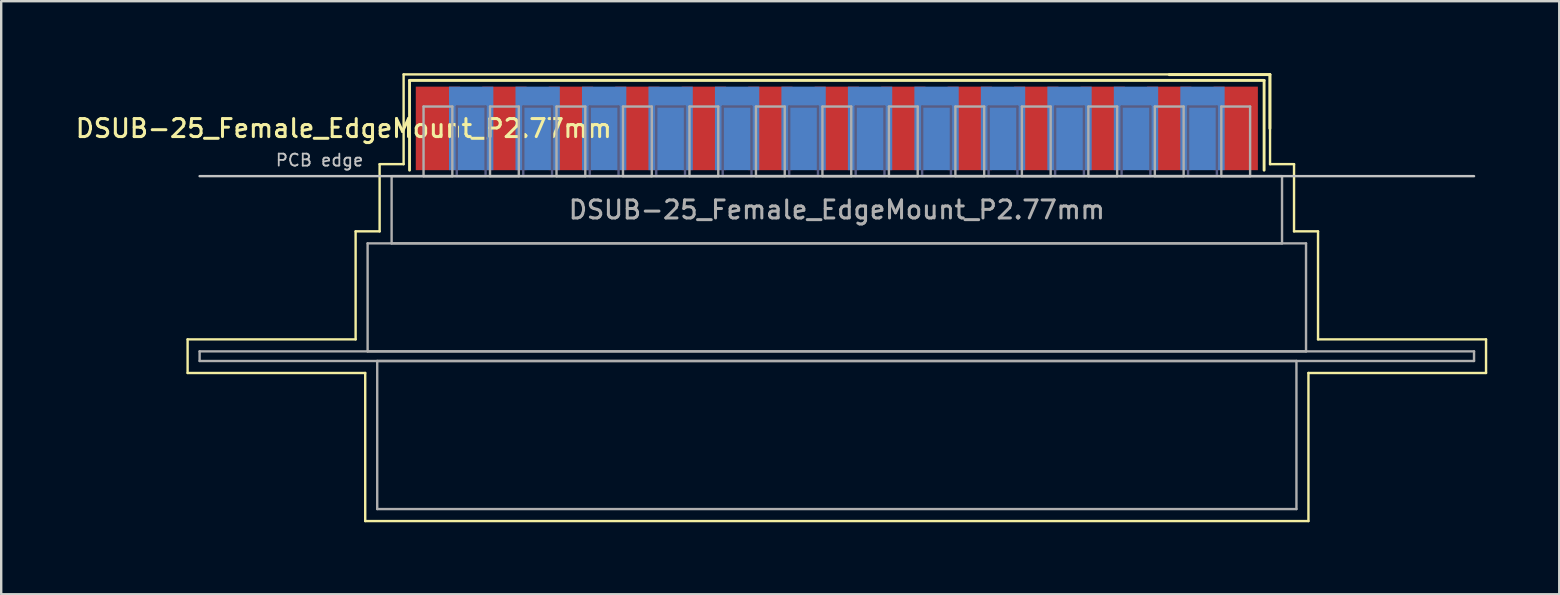
<source format=kicad_pcb>
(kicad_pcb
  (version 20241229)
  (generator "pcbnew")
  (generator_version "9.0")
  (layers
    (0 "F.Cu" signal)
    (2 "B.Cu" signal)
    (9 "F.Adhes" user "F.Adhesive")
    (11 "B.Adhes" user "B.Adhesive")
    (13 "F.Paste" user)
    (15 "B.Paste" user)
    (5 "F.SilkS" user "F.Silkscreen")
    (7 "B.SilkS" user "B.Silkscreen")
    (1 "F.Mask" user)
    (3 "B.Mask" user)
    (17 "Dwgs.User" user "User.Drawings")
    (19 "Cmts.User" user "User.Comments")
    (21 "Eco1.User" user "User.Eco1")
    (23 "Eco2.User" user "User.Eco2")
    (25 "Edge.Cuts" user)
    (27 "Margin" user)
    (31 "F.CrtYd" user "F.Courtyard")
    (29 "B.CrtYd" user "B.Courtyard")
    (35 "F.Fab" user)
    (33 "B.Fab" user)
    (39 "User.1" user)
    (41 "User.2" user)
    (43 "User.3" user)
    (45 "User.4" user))
  (footprint "DSUB-25_Female_EdgeMount_P2.77mm"
    (layer "F.Cu")
    (at 31.817 2.3)
    (property "Reference" "DSUB-25_Female_EdgeMount_P2.77mm" (at -20.543 0 0) (layer "F.SilkS") (effects (font (size 0.75 0.75) (thickness 0.125))))
    (attr smd)
    (fp_line (start -27.05 8.79) (end -20.05 8.79) (stroke (width 0.1) (type solid)) (layer "F.SilkS"))
    (fp_line (start -27.05 10.19) (end -27.05 8.79) (stroke (width 0.1) (type solid)) (layer "F.SilkS"))
    (fp_line (start -20.05 4.29) (end -19.05 4.29) (stroke (width 0.1) (type solid)) (layer "F.SilkS"))
    (fp_line (start -20.05 8.79) (end -20.05 4.29) (stroke (width 0.1) (type solid)) (layer "F.SilkS"))
    (fp_line (start -19.65 10.19) (end -27.05 10.19) (stroke (width 0.1) (type solid)) (layer "F.SilkS"))
    (fp_line (start -19.65 16.36) (end -19.65 10.19) (stroke (width 0.1) (type solid)) (layer "F.SilkS"))
    (fp_line (start -19.05 1.49) (end -18.05 1.49) (stroke (width 0.1) (type solid)) (layer "F.SilkS"))
    (fp_line (start -19.05 4.29) (end -19.05 1.49) (stroke (width 0.1) (type solid)) (layer "F.SilkS"))
    (fp_line (start -18.05 -2.25) (end 18.05 -2.25) (stroke (width 0.1) (type solid)) (layer "F.SilkS"))
    (fp_line (start -18.05 1.49) (end -18.05 -2.25) (stroke (width 0.1) (type solid)) (layer "F.SilkS"))
    (fp_line (start -17.803 -2) (end -17.803 1.74) (stroke (width 0.12) (type solid)) (layer "F.SilkS"))
    (fp_line (start 17.803 -2) (end -17.803 -2) (stroke (width 0.12) (type solid)) (layer "F.SilkS"))
    (fp_line (start 17.803 1.74) (end 17.803 -2) (stroke (width 0.12) (type solid)) (layer "F.SilkS"))
    (fp_line (start 18.043 -2.24) (end 13.85 -2.24) (stroke (width 0.12) (type solid)) (layer "F.SilkS"))
    (fp_line (start 18.043 0) (end 18.043 -2.24) (stroke (width 0.12) (type solid)) (layer "F.SilkS"))
    (fp_line (start 18.05 -2.25) (end 18.05 1.49) (stroke (width 0.1) (type solid)) (layer "F.SilkS"))
    (fp_line (start 18.05 1.49) (end 19.05 1.49) (stroke (width 0.1) (type solid)) (layer "F.SilkS"))
    (fp_line (start 19.05 1.49) (end 19.05 4.29) (stroke (width 0.1) (type solid)) (layer "F.SilkS"))
    (fp_line (start 19.05 4.29) (end 20.05 4.29) (stroke (width 0.1) (type solid)) (layer "F.SilkS"))
    (fp_line (start 19.65 10.19) (end 19.65 16.36) (stroke (width 0.1) (type solid)) (layer "F.SilkS"))
    (fp_line (start 19.65 16.36) (end -19.65 16.36) (stroke (width 0.1) (type solid)) (layer "F.SilkS"))
    (fp_line (start 20.05 4.29) (end 20.05 8.79) (stroke (width 0.1) (type solid)) (layer "F.SilkS"))
    (fp_line (start 20.05 8.79) (end 27.05 8.79) (stroke (width 0.1) (type solid)) (layer "F.SilkS"))
    (fp_line (start 27.05 8.79) (end 27.05 10.19) (stroke (width 0.1) (type solid)) (layer "F.SilkS"))
    (fp_line (start 27.05 10.19) (end 19.65 10.19) (stroke (width 0.1) (type solid)) (layer "F.SilkS"))
    (fp_line (start -26.55 1.99) (end 26.55 1.99) (stroke (width 0.1) (type solid)) (layer "Dwgs.User"))
    (fp_line (start -15.835 -0.91) (end -15.835 1.99) (stroke (width 0.1) (type solid)) (layer "B.Fab"))
    (fp_line (start -15.835 1.99) (end -14.635 1.99) (stroke (width 0.1) (type solid)) (layer "B.Fab"))
    (fp_line (start -14.635 -0.91) (end -15.835 -0.91) (stroke (width 0.1) (type solid)) (layer "B.Fab"))
    (fp_line (start -14.635 1.99) (end -14.635 -0.91) (stroke (width 0.1) (type solid)) (layer "B.Fab"))
    (fp_line (start -13.065 -0.91) (end -13.065 1.99) (stroke (width 0.1) (type solid)) (layer "B.Fab"))
    (fp_line (start -13.065 1.99) (end -11.865 1.99) (stroke (width 0.1) (type solid)) (layer "B.Fab"))
    (fp_line (start -11.865 -0.91) (end -13.065 -0.91) (stroke (width 0.1) (type solid)) (layer "B.Fab"))
    (fp_line (start -11.865 1.99) (end -11.865 -0.91) (stroke (width 0.1) (type solid)) (layer "B.Fab"))
    (fp_line (start -10.295 -0.91) (end -10.295 1.99) (stroke (width 0.1) (type solid)) (layer "B.Fab"))
    (fp_line (start -10.295 1.99) (end -9.095 1.99) (stroke (width 0.1) (type solid)) (layer "B.Fab"))
    (fp_line (start -9.095 -0.91) (end -10.295 -0.91) (stroke (width 0.1) (type solid)) (layer "B.Fab"))
    (fp_line (start -9.095 1.99) (end -9.095 -0.91) (stroke (width 0.1) (type solid)) (layer "B.Fab"))
    (fp_line (start -7.525 -0.91) (end -7.525 1.99) (stroke (width 0.1) (type solid)) (layer "B.Fab"))
    (fp_line (start -7.525 1.99) (end -6.325 1.99) (stroke (width 0.1) (type solid)) (layer "B.Fab"))
    (fp_line (start -6.325 -0.91) (end -7.525 -0.91) (stroke (width 0.1) (type solid)) (layer "B.Fab"))
    (fp_line (start -6.325 1.99) (end -6.325 -0.91) (stroke (width 0.1) (type solid)) (layer "B.Fab"))
    (fp_line (start -4.755 -0.91) (end -4.755 1.99) (stroke (width 0.1) (type solid)) (layer "B.Fab"))
    (fp_line (start -4.755 1.99) (end -3.555 1.99) (stroke (width 0.1) (type solid)) (layer "B.Fab"))
    (fp_line (start -3.555 -0.91) (end -4.755 -0.91) (stroke (width 0.1) (type solid)) (layer "B.Fab"))
    (fp_line (start -3.555 1.99) (end -3.555 -0.91) (stroke (width 0.1) (type solid)) (layer "B.Fab"))
    (fp_line (start -1.985 -0.91) (end -1.985 1.99) (stroke (width 0.1) (type solid)) (layer "B.Fab"))
    (fp_line (start -1.985 1.99) (end -0.785 1.99) (stroke (width 0.1) (type solid)) (layer "B.Fab"))
    (fp_line (start -0.785 -0.91) (end -1.985 -0.91) (stroke (width 0.1) (type solid)) (layer "B.Fab"))
    (fp_line (start -0.785 1.99) (end -0.785 -0.91) (stroke (width 0.1) (type solid)) (layer "B.Fab"))
    (fp_line (start 0.785 -0.91) (end 0.785 1.99) (stroke (width 0.1) (type solid)) (layer "B.Fab"))
    (fp_line (start 0.785 1.99) (end 1.985 1.99) (stroke (width 0.1) (type solid)) (layer "B.Fab"))
    (fp_line (start 1.985 -0.91) (end 0.785 -0.91) (stroke (width 0.1) (type solid)) (layer "B.Fab"))
    (fp_line (start 1.985 1.99) (end 1.985 -0.91) (stroke (width 0.1) (type solid)) (layer "B.Fab"))
    (fp_line (start 3.555 -0.91) (end 3.555 1.99) (stroke (width 0.1) (type solid)) (layer "B.Fab"))
    (fp_line (start 3.555 1.99) (end 4.755 1.99) (stroke (width 0.1) (type solid)) (layer "B.Fab"))
    (fp_line (start 4.755 -0.91) (end 3.555 -0.91) (stroke (width 0.1) (type solid)) (layer "B.Fab"))
    (fp_line (start 4.755 1.99) (end 4.755 -0.91) (stroke (width 0.1) (type solid)) (layer "B.Fab"))
    (fp_line (start 6.325 -0.91) (end 6.325 1.99) (stroke (width 0.1) (type solid)) (layer "B.Fab"))
    (fp_line (start 6.325 1.99) (end 7.525 1.99) (stroke (width 0.1) (type solid)) (layer "B.Fab"))
    (fp_line (start 7.525 -0.91) (end 6.325 -0.91) (stroke (width 0.1) (type solid)) (layer "B.Fab"))
    (fp_line (start 7.525 1.99) (end 7.525 -0.91) (stroke (width 0.1) (type solid)) (layer "B.Fab"))
    (fp_line (start 9.095 -0.91) (end 9.095 1.99) (stroke (width 0.1) (type solid)) (layer "B.Fab"))
    (fp_line (start 9.095 1.99) (end 10.295 1.99) (stroke (width 0.1) (type solid)) (layer "B.Fab"))
    (fp_line (start 10.295 -0.91) (end 9.095 -0.91) (stroke (width 0.1) (type solid)) (layer "B.Fab"))
    (fp_line (start 10.295 1.99) (end 10.295 -0.91) (stroke (width 0.1) (type solid)) (layer "B.Fab"))
    (fp_line (start 11.865 -0.91) (end 11.865 1.99) (stroke (width 0.1) (type solid)) (layer "B.Fab"))
    (fp_line (start 11.865 1.99) (end 13.065 1.99) (stroke (width 0.1) (type solid)) (layer "B.Fab"))
    (fp_line (start 13.065 -0.91) (end 11.865 -0.91) (stroke (width 0.1) (type solid)) (layer "B.Fab"))
    (fp_line (start 13.065 1.99) (end 13.065 -0.91) (stroke (width 0.1) (type solid)) (layer "B.Fab"))
    (fp_line (start 14.635 -0.91) (end 14.635 1.99) (stroke (width 0.1) (type solid)) (layer "B.Fab"))
    (fp_line (start 14.635 1.99) (end 15.835 1.99) (stroke (width 0.1) (type solid)) (layer "B.Fab"))
    (fp_line (start 15.835 -0.91) (end 14.635 -0.91) (stroke (width 0.1) (type solid)) (layer "B.Fab"))
    (fp_line (start 15.835 1.99) (end 15.835 -0.91) (stroke (width 0.1) (type solid)) (layer "B.Fab"))
    (fp_line (start -26.55 9.29) (end -26.55 9.69) (stroke (width 0.1) (type solid)) (layer "F.Fab"))
    (fp_line (start -26.55 9.69) (end 26.55 9.69) (stroke (width 0.1) (type solid)) (layer "F.Fab"))
    (fp_line (start -19.55 4.79) (end -19.55 9.29) (stroke (width 0.1) (type solid)) (layer "F.Fab"))
    (fp_line (start -19.55 9.29) (end 19.55 9.29) (stroke (width 0.1) (type solid)) (layer "F.Fab"))
    (fp_line (start -19.15 9.69) (end -19.15 15.86) (stroke (width 0.1) (type solid)) (layer "F.Fab"))
    (fp_line (start -19.15 15.86) (end 19.15 15.86) (stroke (width 0.1) (type solid)) (layer "F.Fab"))
    (fp_line (start -18.55 1.99) (end -18.55 4.79) (stroke (width 0.1) (type solid)) (layer "F.Fab"))
    (fp_line (start -18.55 4.79) (end 18.55 4.79) (stroke (width 0.1) (type solid)) (layer "F.Fab"))
    (fp_line (start -17.22 -0.91) (end -17.22 1.99) (stroke (width 0.1) (type solid)) (layer "F.Fab"))
    (fp_line (start -17.22 1.99) (end -16.02 1.99) (stroke (width 0.1) (type solid)) (layer "F.Fab"))
    (fp_line (start -16.02 -0.91) (end -17.22 -0.91) (stroke (width 0.1) (type solid)) (layer "F.Fab"))
    (fp_line (start -16.02 1.99) (end -16.02 -0.91) (stroke (width 0.1) (type solid)) (layer "F.Fab"))
    (fp_line (start -14.45 -0.91) (end -14.45 1.99) (stroke (width 0.1) (type solid)) (layer "F.Fab"))
    (fp_line (start -14.45 1.99) (end -13.25 1.99) (stroke (width 0.1) (type solid)) (layer "F.Fab"))
    (fp_line (start -13.25 -0.91) (end -14.45 -0.91) (stroke (width 0.1) (type solid)) (layer "F.Fab"))
    (fp_line (start -13.25 1.99) (end -13.25 -0.91) (stroke (width 0.1) (type solid)) (layer "F.Fab"))
    (fp_line (start -11.68 -0.91) (end -11.68 1.99) (stroke (width 0.1) (type solid)) (layer "F.Fab"))
    (fp_line (start -11.68 1.99) (end -10.48 1.99) (stroke (width 0.1) (type solid)) (layer "F.Fab"))
    (fp_line (start -10.48 -0.91) (end -11.68 -0.91) (stroke (width 0.1) (type solid)) (layer "F.Fab"))
    (fp_line (start -10.48 1.99) (end -10.48 -0.91) (stroke (width 0.1) (type solid)) (layer "F.Fab"))
    (fp_line (start -8.91 -0.91) (end -8.91 1.99) (stroke (width 0.1) (type solid)) (layer "F.Fab"))
    (fp_line (start -8.91 1.99) (end -7.71 1.99) (stroke (width 0.1) (type solid)) (layer "F.Fab"))
    (fp_line (start -7.71 -0.91) (end -8.91 -0.91) (stroke (width 0.1) (type solid)) (layer "F.Fab"))
    (fp_line (start -7.71 1.99) (end -7.71 -0.91) (stroke (width 0.1) (type solid)) (layer "F.Fab"))
    (fp_line (start -6.14 -0.91) (end -6.14 1.99) (stroke (width 0.1) (type solid)) (layer "F.Fab"))
    (fp_line (start -6.14 1.99) (end -4.94 1.99) (stroke (width 0.1) (type solid)) (layer "F.Fab"))
    (fp_line (start -4.94 -0.91) (end -6.14 -0.91) (stroke (width 0.1) (type solid)) (layer "F.Fab"))
    (fp_line (start -4.94 1.99) (end -4.94 -0.91) (stroke (width 0.1) (type solid)) (layer "F.Fab"))
    (fp_line (start -3.37 -0.91) (end -3.37 1.99) (stroke (width 0.1) (type solid)) (layer "F.Fab"))
    (fp_line (start -3.37 1.99) (end -2.17 1.99) (stroke (width 0.1) (type solid)) (layer "F.Fab"))
    (fp_line (start -2.17 -0.91) (end -3.37 -0.91) (stroke (width 0.1) (type solid)) (layer "F.Fab"))
    (fp_line (start -2.17 1.99) (end -2.17 -0.91) (stroke (width 0.1) (type solid)) (layer "F.Fab"))
    (fp_line (start -0.6 -0.91) (end -0.6 1.99) (stroke (width 0.1) (type solid)) (layer "F.Fab"))
    (fp_line (start -0.6 1.99) (end 0.6 1.99) (stroke (width 0.1) (type solid)) (layer "F.Fab"))
    (fp_line (start 0.6 -0.91) (end -0.6 -0.91) (stroke (width 0.1) (type solid)) (layer "F.Fab"))
    (fp_line (start 0.6 1.99) (end 0.6 -0.91) (stroke (width 0.1) (type solid)) (layer "F.Fab"))
    (fp_line (start 2.17 -0.91) (end 2.17 1.99) (stroke (width 0.1) (type solid)) (layer "F.Fab"))
    (fp_line (start 2.17 1.99) (end 3.37 1.99) (stroke (width 0.1) (type solid)) (layer "F.Fab"))
    (fp_line (start 3.37 -0.91) (end 2.17 -0.91) (stroke (width 0.1) (type solid)) (layer "F.Fab"))
    (fp_line (start 3.37 1.99) (end 3.37 -0.91) (stroke (width 0.1) (type solid)) (layer "F.Fab"))
    (fp_line (start 4.94 -0.91) (end 4.94 1.99) (stroke (width 0.1) (type solid)) (layer "F.Fab"))
    (fp_line (start 4.94 1.99) (end 6.14 1.99) (stroke (width 0.1) (type solid)) (layer "F.Fab"))
    (fp_line (start 6.14 -0.91) (end 4.94 -0.91) (stroke (width 0.1) (type solid)) (layer "F.Fab"))
    (fp_line (start 6.14 1.99) (end 6.14 -0.91) (stroke (width 0.1) (type solid)) (layer "F.Fab"))
    (fp_line (start 7.71 -0.91) (end 7.71 1.99) (stroke (width 0.1) (type solid)) (layer "F.Fab"))
    (fp_line (start 7.71 1.99) (end 8.91 1.99) (stroke (width 0.1) (type solid)) (layer "F.Fab"))
    (fp_line (start 8.91 -0.91) (end 7.71 -0.91) (stroke (width 0.1) (type solid)) (layer "F.Fab"))
    (fp_line (start 8.91 1.99) (end 8.91 -0.91) (stroke (width 0.1) (type solid)) (layer "F.Fab"))
    (fp_line (start 10.48 -0.91) (end 10.48 1.99) (stroke (width 0.1) (type solid)) (layer "F.Fab"))
    (fp_line (start 10.48 1.99) (end 11.68 1.99) (stroke (width 0.1) (type solid)) (layer "F.Fab"))
    (fp_line (start 11.68 -0.91) (end 10.48 -0.91) (stroke (width 0.1) (type solid)) (layer "F.Fab"))
    (fp_line (start 11.68 1.99) (end 11.68 -0.91) (stroke (width 0.1) (type solid)) (layer "F.Fab"))
    (fp_line (start 13.25 -0.91) (end 13.25 1.99) (stroke (width 0.1) (type solid)) (layer "F.Fab"))
    (fp_line (start 13.25 1.99) (end 14.45 1.99) (stroke (width 0.1) (type solid)) (layer "F.Fab"))
    (fp_line (start 14.45 -0.91) (end 13.25 -0.91) (stroke (width 0.1) (type solid)) (layer "F.Fab"))
    (fp_line (start 14.45 1.99) (end 14.45 -0.91) (stroke (width 0.1) (type solid)) (layer "F.Fab"))
    (fp_line (start 16.02 -0.91) (end 16.02 1.99) (stroke (width 0.1) (type solid)) (layer "F.Fab"))
    (fp_line (start 16.02 1.99) (end 17.22 1.99) (stroke (width 0.1) (type solid)) (layer "F.Fab"))
    (fp_line (start 17.22 -0.91) (end 16.02 -0.91) (stroke (width 0.1) (type solid)) (layer "F.Fab"))
    (fp_line (start 17.22 1.99) (end 17.22 -0.91) (stroke (width 0.1) (type solid)) (layer "F.Fab"))
    (fp_line (start 18.55 1.99) (end -18.55 1.99) (stroke (width 0.1) (type solid)) (layer "F.Fab"))
    (fp_line (start 18.55 4.79) (end 18.55 1.99) (stroke (width 0.1) (type solid)) (layer "F.Fab"))
    (fp_line (start 19.15 9.69) (end -19.15 9.69) (stroke (width 0.1) (type solid)) (layer "F.Fab"))
    (fp_line (start 19.15 15.86) (end 19.15 9.69) (stroke (width 0.1) (type solid)) (layer "F.Fab"))
    (fp_line (start 19.55 4.79) (end -19.55 4.79) (stroke (width 0.1) (type solid)) (layer "F.Fab"))
    (fp_line (start 19.55 9.29) (end 19.55 4.79) (stroke (width 0.1) (type solid)) (layer "F.Fab"))
    (fp_line (start 26.55 9.29) (end -26.55 9.29) (stroke (width 0.1) (type solid)) (layer "F.Fab"))
    (fp_line (start 26.55 9.69) (end 26.55 9.29) (stroke (width 0.1) (type solid)) (layer "F.Fab"))
    (fp_text user "PCB edge" (at -21.55 1.323 0) (layer "Dwgs.User") (effects (font (size 0.5 0.5) (thickness 0.075))))
    (fp_text user "${REFERENCE}" (at 0 3.39 0) (layer "F.Fab") (effects (font (size 0.75 0.75) (thickness 0.125))))
    (pad "1" smd rect (at 16.62 0) (size 1.847 3.48) (layers "F.Cu" "F.Mask" "F.Paste"))
    (pad "2" smd rect (at 13.85 0) (size 1.847 3.48) (layers "F.Cu" "F.Mask" "F.Paste"))
    (pad "3" smd rect (at 11.08 0) (size 1.847 3.48) (layers "F.Cu" "F.Mask" "F.Paste"))
    (pad "4" smd rect (at 8.31 0) (size 1.847 3.48) (layers "F.Cu" "F.Mask" "F.Paste"))
    (pad "5" smd rect (at 5.54 0) (size 1.847 3.48) (layers "F.Cu" "F.Mask" "F.Paste"))
    (pad "6" smd rect (at 2.77 0) (size 1.847 3.48) (layers "F.Cu" "F.Mask" "F.Paste"))
    (pad "7" smd rect (at 0 0) (size 1.847 3.48) (layers "F.Cu" "F.Mask" "F.Paste"))
    (pad "8" smd rect (at -2.77 0) (size 1.847 3.48) (layers "F.Cu" "F.Mask" "F.Paste"))
    (pad "9" smd rect (at -5.54 0) (size 1.847 3.48) (layers "F.Cu" "F.Mask" "F.Paste"))
    (pad "10" smd rect (at -8.31 0) (size 1.847 3.48) (layers "F.Cu" "F.Mask" "F.Paste"))
    (pad "11" smd rect (at -11.08 0) (size 1.847 3.48) (layers "F.Cu" "F.Mask" "F.Paste"))
    (pad "12" smd rect (at -13.85 0) (size 1.847 3.48) (layers "F.Cu" "F.Mask" "F.Paste"))
    (pad "13" smd rect (at -16.62 0) (size 1.847 3.48) (layers "F.Cu" "F.Mask" "F.Paste"))
    (pad "14" smd rect (at 15.235 0) (size 1.847 3.48) (layers "B.Cu" "B.Mask" "B.Paste"))
    (pad "15" smd rect (at 12.465 0) (size 1.847 3.48) (layers "B.Cu" "B.Mask" "B.Paste"))
    (pad "16" smd rect (at 9.695 0) (size 1.847 3.48) (layers "B.Cu" "B.Mask" "B.Paste"))
    (pad "17" smd rect (at 6.925 0) (size 1.847 3.48) (layers "B.Cu" "B.Mask" "B.Paste"))
    (pad "18" smd rect (at 4.155 0) (size 1.847 3.48) (layers "B.Cu" "B.Mask" "B.Paste"))
    (pad "19" smd rect (at 1.385 0) (size 1.847 3.48) (layers "B.Cu" "B.Mask" "B.Paste"))
    (pad "20" smd rect (at -1.385 0) (size 1.847 3.48) (layers "B.Cu" "B.Mask" "B.Paste"))
    (pad "21" smd rect (at -4.155 0) (size 1.847 3.48) (layers "B.Cu" "B.Mask" "B.Paste"))
    (pad "22" smd rect (at -6.925 0) (size 1.847 3.48) (layers "B.Cu" "B.Mask" "B.Paste"))
    (pad "23" smd rect (at -9.695 0) (size 1.847 3.48) (layers "B.Cu" "B.Mask" "B.Paste"))
    (pad "24" smd rect (at -12.465 0) (size 1.847 3.48) (layers "B.Cu" "B.Mask" "B.Paste"))
    (pad "25" smd rect (at -15.235 0) (size 1.847 3.48) (layers "B.Cu" "B.Mask" "B.Paste")))
  (gr_rect
    (start -3 -3)
    (end 61.917 21.71)
    (stroke (width 0.1) (type default))
    (fill no)
    (layer "Edge.Cuts")))
</source>
